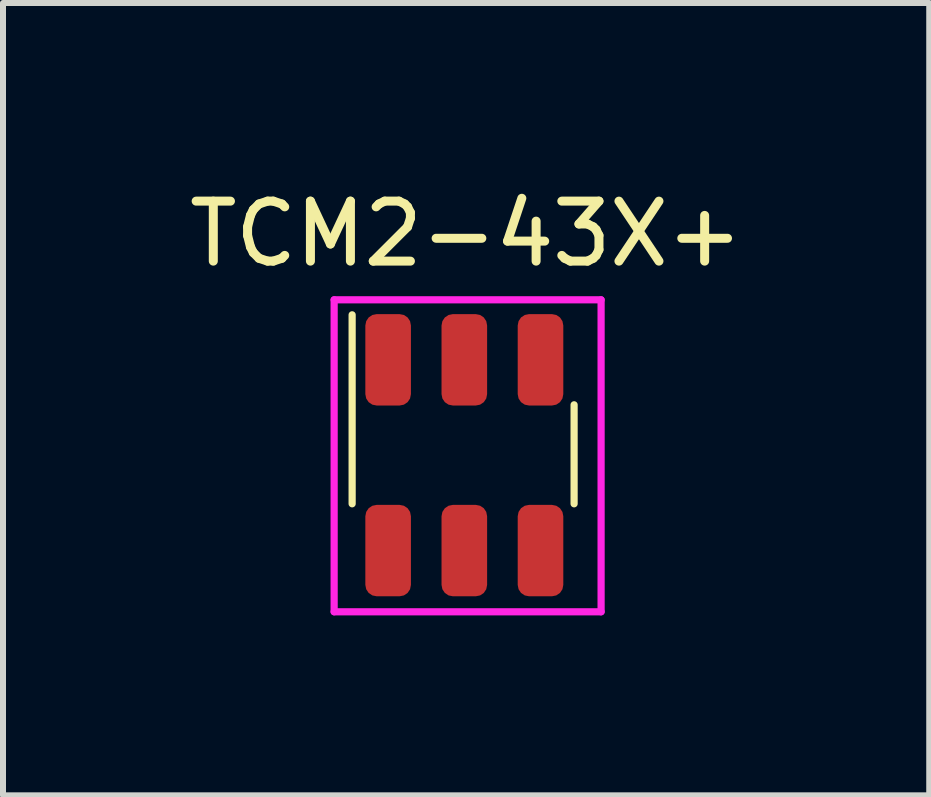
<source format=kicad_pcb>
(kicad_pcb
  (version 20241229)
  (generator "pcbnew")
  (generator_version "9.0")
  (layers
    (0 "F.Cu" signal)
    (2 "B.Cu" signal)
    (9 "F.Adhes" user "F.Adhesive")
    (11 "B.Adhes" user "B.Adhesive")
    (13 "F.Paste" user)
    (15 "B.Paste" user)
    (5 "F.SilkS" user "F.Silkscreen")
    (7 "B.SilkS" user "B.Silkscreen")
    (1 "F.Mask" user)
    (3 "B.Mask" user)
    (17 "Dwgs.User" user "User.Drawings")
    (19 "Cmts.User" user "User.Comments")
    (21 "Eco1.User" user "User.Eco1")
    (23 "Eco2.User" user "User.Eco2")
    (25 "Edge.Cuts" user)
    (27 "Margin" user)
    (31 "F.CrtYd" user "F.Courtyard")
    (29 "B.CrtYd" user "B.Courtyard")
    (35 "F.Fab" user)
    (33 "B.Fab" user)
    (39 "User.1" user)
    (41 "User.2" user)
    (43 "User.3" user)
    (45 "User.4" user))
  (footprint "TCM2-43X+"
    (layer "F.Cu")
    (at 4.72 4.548)
    (property "Reference" "TCM2-43X+" (at 0 -3.7 0) (layer "F.SilkS") (effects (font (size 1 1) (thickness 0.15))))
    (attr through_hole)
    (fp_line (start -1.9 0.8) (end -1.9 -2.35) (stroke (width 0.12) (type solid)) (layer "F.SilkS"))
    (fp_line (start 1.8 0.8) (end 1.8 -0.85) (stroke (width 0.12) (type solid)) (layer "F.SilkS"))
    (fp_line (start -2.2 -2.6) (end -2.2 2.6) (stroke (width 0.12) (type solid)) (layer "F.CrtYd"))
    (fp_line (start -2.2 2.6) (end 2.25 2.6) (stroke (width 0.12) (type solid)) (layer "F.CrtYd"))
    (fp_line (start 2.25 -2.6) (end -2.2 -2.6) (stroke (width 0.12) (type solid)) (layer "F.CrtYd"))
    (fp_line (start 2.25 2.6) (end 2.25 -2.6) (stroke (width 0.12) (type solid)) (layer "F.CrtYd"))
    (pad "1" smd roundrect (at -1.3 -1.6) (size 0.76 1.524) (layers "F.Cu" "F.Mask" "F.Paste") (roundrect_rratio 0.25))
    (pad "2" smd roundrect (at -0.03 -1.6) (size 0.76 1.524) (layers "F.Cu" "F.Mask" "F.Paste") (roundrect_rratio 0.25))
    (pad "3" smd roundrect (at 1.24 -1.6) (size 0.76 1.524) (layers "F.Cu" "F.Mask" "F.Paste") (roundrect_rratio 0.25))
    (pad "4" smd roundrect (at -1.3 1.58) (size 0.76 1.524) (layers "F.Cu" "F.Mask" "F.Paste") (roundrect_rratio 0.25))
    (pad "5" smd roundrect (at -0.03 1.58) (size 0.76 1.524) (layers "F.Cu" "F.Mask" "F.Paste") (roundrect_rratio 0.25))
    (pad "6" smd roundrect (at 1.24 1.58) (size 0.76 1.524) (layers "F.Cu" "F.Mask" "F.Paste") (roundrect_rratio 0.25)))
  (gr_rect
    (start -3 -3)
    (end 12.44 10.208)
    (stroke (width 0.1) (type default))
    (fill no)
    (layer "Edge.Cuts")))
</source>
